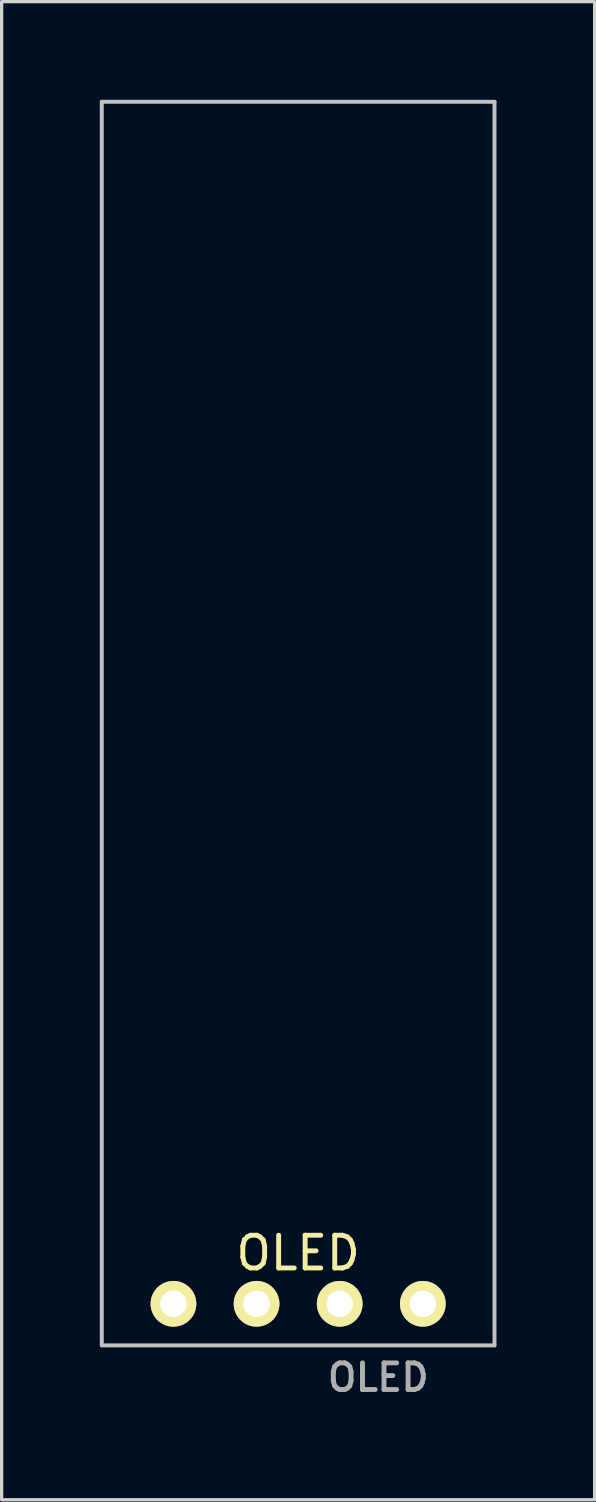
<source format=kicad_pcb>
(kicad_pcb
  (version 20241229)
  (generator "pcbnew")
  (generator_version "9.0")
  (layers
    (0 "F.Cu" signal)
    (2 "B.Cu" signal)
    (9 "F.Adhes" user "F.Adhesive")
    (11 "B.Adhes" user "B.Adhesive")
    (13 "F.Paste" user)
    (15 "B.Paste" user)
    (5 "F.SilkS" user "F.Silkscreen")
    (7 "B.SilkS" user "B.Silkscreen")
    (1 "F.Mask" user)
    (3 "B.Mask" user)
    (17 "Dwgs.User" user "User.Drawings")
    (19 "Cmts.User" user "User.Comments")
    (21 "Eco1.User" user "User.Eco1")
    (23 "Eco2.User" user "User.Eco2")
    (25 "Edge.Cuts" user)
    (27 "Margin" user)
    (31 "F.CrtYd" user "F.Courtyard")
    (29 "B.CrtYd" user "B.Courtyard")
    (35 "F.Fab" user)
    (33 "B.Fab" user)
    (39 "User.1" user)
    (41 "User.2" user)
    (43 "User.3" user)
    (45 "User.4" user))
  (footprint "OLED"
    (layer "F.Cu")
    (at 6.06 36.79)
    (property "Reference" "OLED" (at 2.45 2.25 180) (layer "F.Fab") (effects (font (size 0.813 0.813) (thickness 0.15))))
    (attr through_hole)
    (fp_line (start -6 -36.73) (end 6 -36.73) (stroke (width 0.12) (type solid)) (layer "Dwgs.User"))
    (fp_line (start -6 1.27) (end -6 -36.73) (stroke (width 0.12) (type solid)) (layer "Dwgs.User"))
    (fp_line (start -6 1.27) (end 6 1.27) (stroke (width 0.12) (type solid)) (layer "Dwgs.User"))
    (fp_line (start 6 -36.73) (end 6 1.27) (stroke (width 0.12) (type solid)) (layer "Dwgs.User"))
    (fp_text user "OLED" (at 0 -1.55 0) (layer "F.SilkS") (effects (font (size 1 1) (thickness 0.15))))
    (pad "1" thru_hole circle (at -3.81 0) (size 1.397 1.397) (drill 0.813) (layers "*.Cu" "*.Mask" "F.SilkS"))
    (pad "2" thru_hole circle (at -1.27 0) (size 1.397 1.397) (drill 0.813) (layers "*.Cu" "*.Mask" "F.SilkS"))
    (pad "3" thru_hole circle (at 1.27 0) (size 1.397 1.397) (drill 0.813) (layers "*.Cu" "*.Mask" "F.SilkS"))
    (pad "4" thru_hole circle (at 3.81 0) (size 1.397 1.397) (drill 0.813) (layers "*.Cu" "*.Mask" "F.SilkS")))
  (gr_rect
    (start -3 -3)
    (end 15.12 42.779)
    (stroke (width 0.1) (type default))
    (fill no)
    (layer "Edge.Cuts")))
</source>
